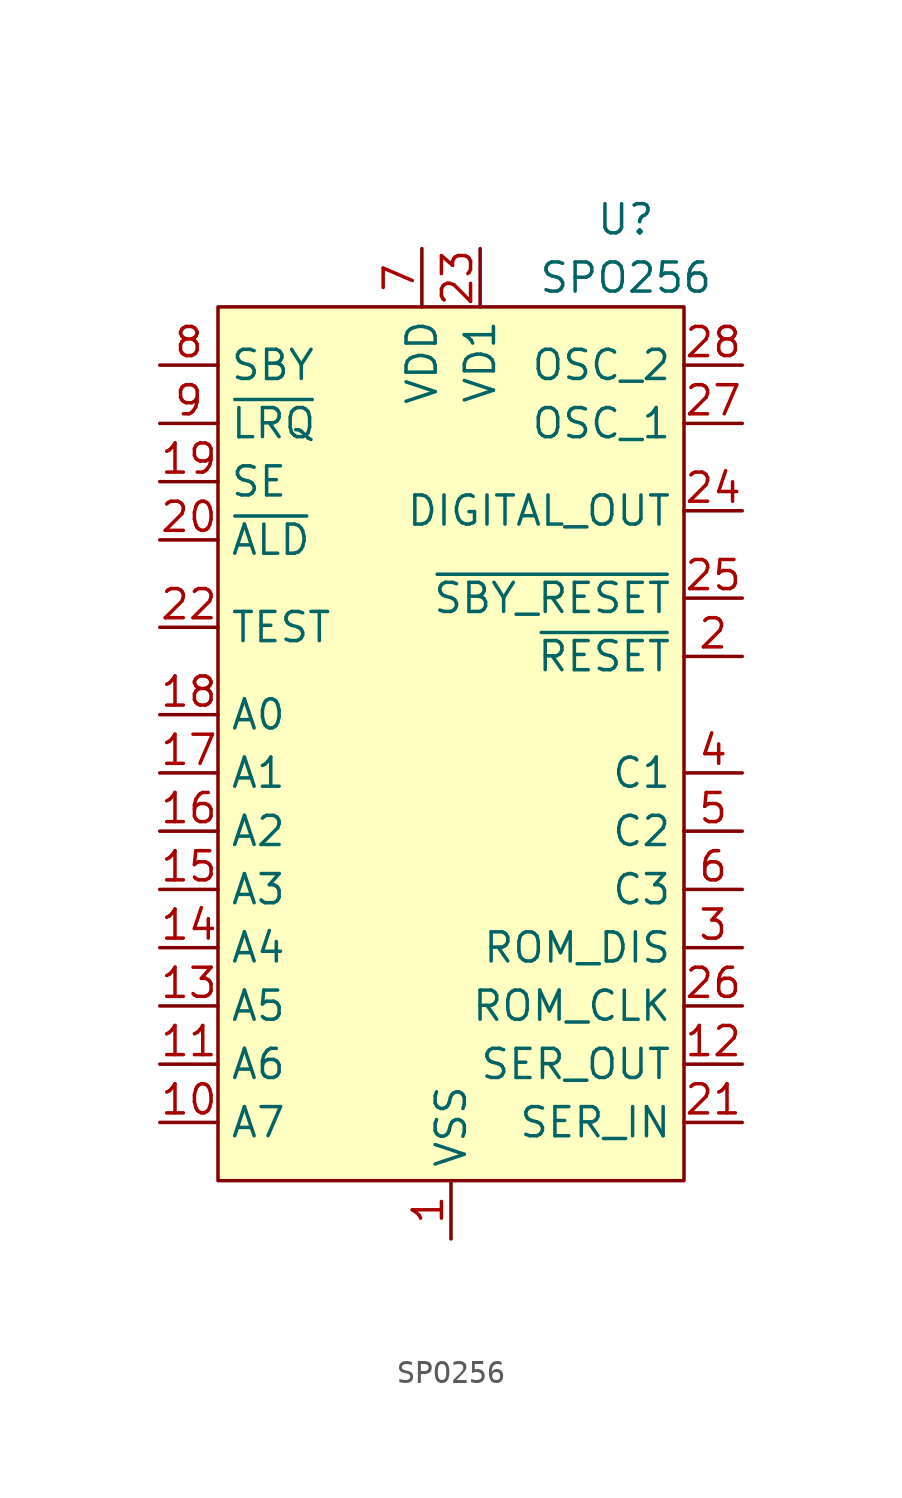
<source format=kicad_sym>
(kicad_symbol_lib
  (version 20231120)
  (generator "kicad_symbol_editor")
  (generator_version "8.0")
  (symbol "SPO256"
    (property "Reference" "U"
      (at 7.62 17.78 0)
      (effects (font (size 1.27 1.27))))
    (property "Value" "SPO256"
      (at 7.62 15.24 0)
      (effects (font (size 1.27 1.27))))
    (symbol "SPO256_1_1"
      (rectangle (start -10.16 13.97) (end 10.16 -24.13) (stroke (width 0) (type default)) (fill (type background)))
      (pin power_in line (at 0 -26.67 90) (length 2.54) (name "VSS" (effects (font (size 1.27 1.27)))) (number "1" (effects (font (size 1.27 1.27)))))
      (pin input line (at -12.7 -21.59 0) (length 2.54) (name "A7" (effects (font (size 1.27 1.27)))) (number "10" (effects (font (size 1.27 1.27)))))
      (pin bidirectional line (at -12.7 -19.05 0) (length 2.54) (name "A6" (effects (font (size 1.27 1.27)))) (number "11" (effects (font (size 1.27 1.27)))))
      (pin output line (at 12.7 -19.05 180) (length 2.54) (name "SER_OUT" (effects (font (size 1.27 1.27)))) (number "12" (effects (font (size 1.27 1.27)))))
      (pin input line (at -12.7 -16.51 0) (length 2.54) (name "A5" (effects (font (size 1.27 1.27)))) (number "13" (effects (font (size 1.27 1.27)))))
      (pin input line (at -12.7 -13.97 0) (length 2.54) (name "A4" (effects (font (size 1.27 1.27)))) (number "14" (effects (font (size 1.27 1.27)))))
      (pin bidirectional line (at -12.7 -11.43 0) (length 2.54) (name "A3" (effects (font (size 1.27 1.27)))) (number "15" (effects (font (size 1.27 1.27)))))
      (pin input line (at -12.7 -8.89 0) (length 2.54) (name "A2" (effects (font (size 1.27 1.27)))) (number "16" (effects (font (size 1.27 1.27)))))
      (pin input line (at -12.7 -6.35 0) (length 2.54) (name "A1" (effects (font (size 1.27 1.27)))) (number "17" (effects (font (size 1.27 1.27)))))
      (pin input line (at -12.7 -3.81 0) (length 2.54) (name "A0" (effects (font (size 1.27 1.27)))) (number "18" (effects (font (size 1.27 1.27)))))
      (pin input line (at -12.7 6.35 0) (length 2.54) (name "SE" (effects (font (size 1.27 1.27)))) (number "19" (effects (font (size 1.27 1.27)))))
      (pin input line (at 12.7 -1.27 180) (length 2.54) (name "~{RESET}" (effects (font (size 1.27 1.27)))) (number "2" (effects (font (size 1.27 1.27)))))
      (pin input line (at -12.7 3.81 0) (length 2.54) (name "~{ALD}" (effects (font (size 1.27 1.27)))) (number "20" (effects (font (size 1.27 1.27)))))
      (pin input line (at 12.7 -21.59 180) (length 2.54) (name "SER_IN" (effects (font (size 1.27 1.27)))) (number "21" (effects (font (size 1.27 1.27)))))
      (pin bidirectional line (at -12.7 0 0) (length 2.54) (name "TEST" (effects (font (size 1.27 1.27)))) (number "22" (effects (font (size 1.27 1.27)))))
      (pin input line (at 1.27 16.51 270) (length 2.54) (name "VD1" (effects (font (size 1.27 1.27)))) (number "23" (effects (font (size 1.27 1.27)))))
      (pin output line (at 12.7 5.08 180) (length 2.54) (name "DIGITAL_OUT" (effects (font (size 1.27 1.27)))) (number "24" (effects (font (size 1.27 1.27)))))
      (pin input line (at 12.7 1.27 180) (length 2.54) (name "~{SBY_RESET}" (effects (font (size 1.27 1.27)))) (number "25" (effects (font (size 1.27 1.27)))))
      (pin input line (at 12.7 -16.51 180) (length 2.54) (name "ROM_CLK" (effects (font (size 1.27 1.27)))) (number "26" (effects (font (size 1.27 1.27)))))
      (pin input line (at 12.7 8.89 180) (length 2.54) (name "OSC_1" (effects (font (size 1.27 1.27)))) (number "27" (effects (font (size 1.27 1.27)))))
      (pin input line (at 12.7 11.43 180) (length 2.54) (name "OSC_2" (effects (font (size 1.27 1.27)))) (number "28" (effects (font (size 1.27 1.27)))))
      (pin input line (at 12.7 -13.97 180) (length 2.54) (name "ROM_DIS" (effects (font (size 1.27 1.27)))) (number "3" (effects (font (size 1.27 1.27)))))
      (pin input line (at 12.7 -6.35 180) (length 2.54) (name "C1" (effects (font (size 1.27 1.27)))) (number "4" (effects (font (size 1.27 1.27)))))
      (pin input line (at 12.7 -8.89 180) (length 2.54) (name "C2" (effects (font (size 1.27 1.27)))) (number "5" (effects (font (size 1.27 1.27)))))
      (pin input line (at 12.7 -11.43 180) (length 2.54) (name "C3" (effects (font (size 1.27 1.27)))) (number "6" (effects (font (size 1.27 1.27)))))
      (pin power_in line (at -1.27 16.51 270) (length 2.54) (name "VDD" (effects (font (size 1.27 1.27)))) (number "7" (effects (font (size 1.27 1.27)))))
      (pin output line (at -12.7 11.43 0) (length 2.54) (name "SBY" (effects (font (size 1.27 1.27)))) (number "8" (effects (font (size 1.27 1.27)))))
      (pin output line (at -12.7 8.89 0) (length 2.54) (name "~{LRQ}" (effects (font (size 1.27 1.27)))) (number "9" (effects (font (size 1.27 1.27))))))))
</source>
